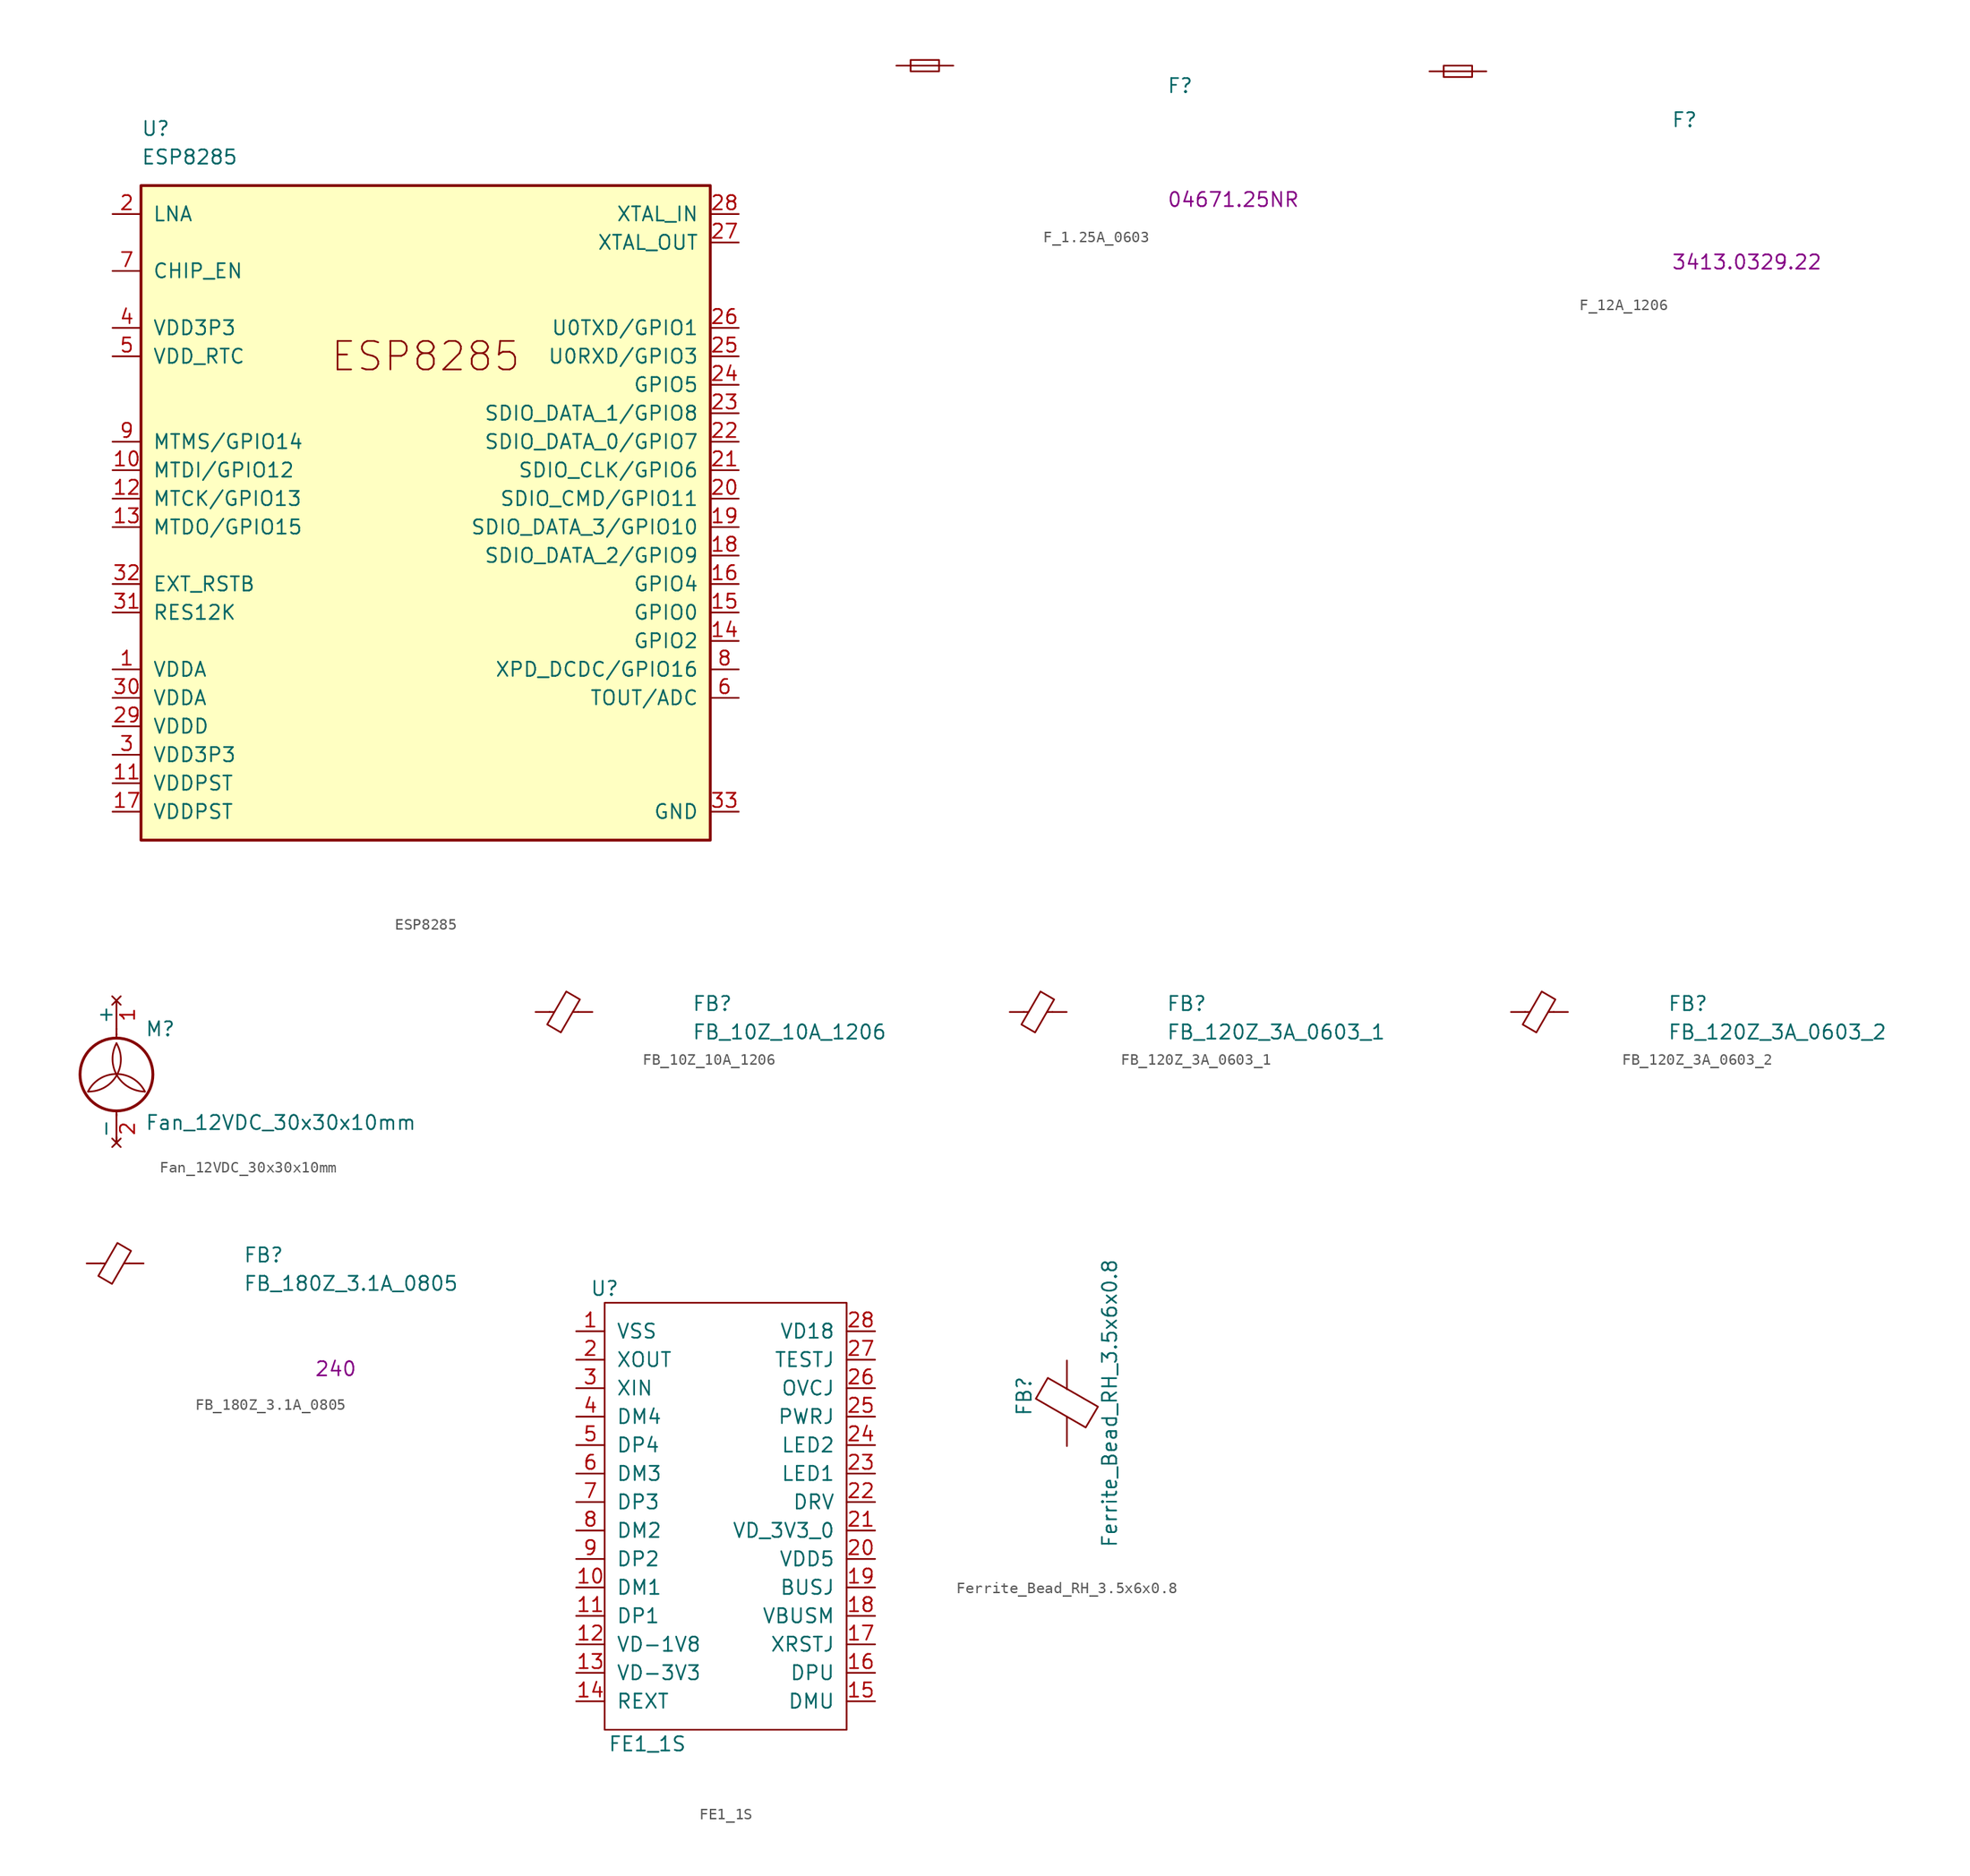
<source format=kicad_sym>
(kicad_symbol_lib
  (version 20231120)
  (generator "kicad_symbol_editor")
  (generator_version "8.0")
  (symbol "ESP8285"
    (pin_names
      (offset 1.016))
    (property "Reference" "U"
      (at -25.4 35.56 0)
      (effects (font (size 1.27 1.27)) (justify left)))
    (property "Value" "ESP8285"
      (at -25.4 33.02 0)
      (effects (font (size 1.27 1.27)) (justify left)))
    (symbol "ESP8285_1_1"
      (rectangle (start -25.4 30.48) (end 25.4 -27.94) (stroke (width 0.254) (type default)) (fill (type background)))
      (text "ESP8285" (at 0 15.24 0) (effects (font (size 2.54 2.54))))
      (pin bidirectional line (at -27.94 -12.7 0) (length 2.54) (name "VDDA" (effects (font (size 1.27 1.27)))) (number "1" (effects (font (size 1.27 1.27)))))
      (pin bidirectional line (at -27.94 5.08 0) (length 2.54) (name "MTDI/GPIO12" (effects (font (size 1.27 1.27)))) (number "10" (effects (font (size 1.27 1.27)))))
      (pin power_in line (at -27.94 -22.86 0) (length 2.54) (name "VDDPST" (effects (font (size 1.27 1.27)))) (number "11" (effects (font (size 1.27 1.27)))))
      (pin bidirectional line (at -27.94 2.54 0) (length 2.54) (name "MTCK/GPIO13" (effects (font (size 1.27 1.27)))) (number "12" (effects (font (size 1.27 1.27)))))
      (pin bidirectional line (at -27.94 0 0) (length 2.54) (name "MTDO/GPIO15" (effects (font (size 1.27 1.27)))) (number "13" (effects (font (size 1.27 1.27)))))
      (pin bidirectional line (at 27.94 -10.16 180) (length 2.54) (name "GPIO2" (effects (font (size 1.27 1.27)))) (number "14" (effects (font (size 1.27 1.27)))))
      (pin bidirectional line (at 27.94 -7.62 180) (length 2.54) (name "GPIO0" (effects (font (size 1.27 1.27)))) (number "15" (effects (font (size 1.27 1.27)))))
      (pin bidirectional line (at 27.94 -5.08 180) (length 2.54) (name "GPIO4" (effects (font (size 1.27 1.27)))) (number "16" (effects (font (size 1.27 1.27)))))
      (pin power_in line (at -27.94 -25.4 0) (length 2.54) (name "VDDPST" (effects (font (size 1.27 1.27)))) (number "17" (effects (font (size 1.27 1.27)))))
      (pin bidirectional line (at 27.94 -2.54 180) (length 2.54) (name "SDIO_DATA_2/GPIO9" (effects (font (size 1.27 1.27)))) (number "18" (effects (font (size 1.27 1.27)))))
      (pin bidirectional line (at 27.94 0 180) (length 2.54) (name "SDIO_DATA_3/GPIO10" (effects (font (size 1.27 1.27)))) (number "19" (effects (font (size 1.27 1.27)))))
      (pin power_in line (at -27.94 27.94 0) (length 2.54) (name "LNA" (effects (font (size 1.27 1.27)))) (number "2" (effects (font (size 1.27 1.27)))))
      (pin bidirectional line (at 27.94 2.54 180) (length 2.54) (name "SDIO_CMD/GPIO11" (effects (font (size 1.27 1.27)))) (number "20" (effects (font (size 1.27 1.27)))))
      (pin bidirectional line (at 27.94 5.08 180) (length 2.54) (name "SDIO_CLK/GPIO6" (effects (font (size 1.27 1.27)))) (number "21" (effects (font (size 1.27 1.27)))))
      (pin bidirectional line (at 27.94 7.62 180) (length 2.54) (name "SDIO_DATA_0/GPIO7" (effects (font (size 1.27 1.27)))) (number "22" (effects (font (size 1.27 1.27)))))
      (pin bidirectional line (at 27.94 10.16 180) (length 2.54) (name "SDIO_DATA_1/GPIO8" (effects (font (size 1.27 1.27)))) (number "23" (effects (font (size 1.27 1.27)))))
      (pin bidirectional line (at 27.94 12.7 180) (length 2.54) (name "GPIO5" (effects (font (size 1.27 1.27)))) (number "24" (effects (font (size 1.27 1.27)))))
      (pin bidirectional line (at 27.94 15.24 180) (length 2.54) (name "U0RXD/GPIO3" (effects (font (size 1.27 1.27)))) (number "25" (effects (font (size 1.27 1.27)))))
      (pin bidirectional line (at 27.94 17.78 180) (length 2.54) (name "U0TXD/GPIO1" (effects (font (size 1.27 1.27)))) (number "26" (effects (font (size 1.27 1.27)))))
      (pin bidirectional line (at 27.94 25.4 180) (length 2.54) (name "XTAL_OUT" (effects (font (size 1.27 1.27)))) (number "27" (effects (font (size 1.27 1.27)))))
      (pin bidirectional line (at 27.94 27.94 180) (length 2.54) (name "XTAL_IN" (effects (font (size 1.27 1.27)))) (number "28" (effects (font (size 1.27 1.27)))))
      (pin output line (at -27.94 -17.78 0) (length 2.54) (name "VDDD" (effects (font (size 1.27 1.27)))) (number "29" (effects (font (size 1.27 1.27)))))
      (pin power_out line (at -27.94 -20.32 0) (length 2.54) (name "VDD3P3" (effects (font (size 1.27 1.27)))) (number "3" (effects (font (size 1.27 1.27)))))
      (pin input line (at -27.94 -15.24 0) (length 2.54) (name "VDDA" (effects (font (size 1.27 1.27)))) (number "30" (effects (font (size 1.27 1.27)))))
      (pin power_in line (at -27.94 -7.62 0) (length 2.54) (name "RES12K" (effects (font (size 1.27 1.27)))) (number "31" (effects (font (size 1.27 1.27)))))
      (pin power_in line (at -27.94 -5.08 0) (length 2.54) (name "EXT_RSTB" (effects (font (size 1.27 1.27)))) (number "32" (effects (font (size 1.27 1.27)))))
      (pin power_in line (at 27.94 -25.4 180) (length 2.54) (name "GND" (effects (font (size 1.27 1.27)))) (number "33" (effects (font (size 1.27 1.27)))))
      (pin output line (at -27.94 17.78 0) (length 2.54) (name "VDD3P3" (effects (font (size 1.27 1.27)))) (number "4" (effects (font (size 1.27 1.27)))))
      (pin input line (at -27.94 15.24 0) (length 2.54) (name "VDD_RTC" (effects (font (size 1.27 1.27)))) (number "5" (effects (font (size 1.27 1.27)))))
      (pin input line (at 27.94 -15.24 180) (length 2.54) (name "TOUT/ADC" (effects (font (size 1.27 1.27)))) (number "6" (effects (font (size 1.27 1.27)))))
      (pin input line (at -27.94 22.86 0) (length 2.54) (name "CHIP_EN" (effects (font (size 1.27 1.27)))) (number "7" (effects (font (size 1.27 1.27)))))
      (pin bidirectional line (at 27.94 -12.7 180) (length 2.54) (name "XPD_DCDC/GPIO16" (effects (font (size 1.27 1.27)))) (number "8" (effects (font (size 1.27 1.27)))))
      (pin bidirectional line (at -27.94 7.62 0) (length 2.54) (name "MTMS/GPIO14" (effects (font (size 1.27 1.27)))) (number "9" (effects (font (size 1.27 1.27)))))))
  (symbol "F_1.25A_0603"
    (pin_numbers hide)
    (pin_names hide)
    (property "Reference" "F"
      (at 24.13 -2.54 0)
      (effects (font (size 1.27 1.27) (thickness 0.15)) (justify left bottom)))
    (property "MPN" "04671.25NR"
      (at 24.13 -12.7 0)
      (effects (font (size 1.27 1.27) (thickness 0.15)) (justify left bottom)))
    (symbol "F_1.25A_0603_0_1"
      (polyline (pts (xy 1.27 0) (xy 3.81 0)) (stroke (width 0) (type default)) (fill (type none)))
      (rectangle (start 1.27 0.508) (end 3.81 -0.508) (stroke (width 0) (type default)) (fill (type none))))
    (symbol "F_1.25A_0603_1_1"
      (pin passive line (at 0 0 0) (length 1.27) (name "~" (effects (font (size 1.27 1.27)))) (number "1" (effects (font (size 1.27 1.27)))))
      (pin passive line (at 5.08 0 180) (length 1.27) (name "~" (effects (font (size 1.27 1.27)))) (number "2" (effects (font (size 1.27 1.27)))))))
  (symbol "F_12A_1206"
    (pin_numbers hide)
    (pin_names hide)
    (property "Reference" "F"
      (at 21.59 -5.08 0)
      (effects (font (size 1.27 1.27) (thickness 0.15)) (justify left bottom)))
    (property "MPN" "3413.0329.22"
      (at 21.59 -17.78 0)
      (effects (font (size 1.27 1.27) (thickness 0.15)) (justify left bottom)))
    (symbol "F_12A_1206_0_1"
      (polyline (pts (xy 1.27 0) (xy 3.81 0)) (stroke (width 0) (type default)) (fill (type none)))
      (rectangle (start 1.27 0.508) (end 3.81 -0.508) (stroke (width 0) (type default)) (fill (type none))))
    (symbol "F_12A_1206_1_1"
      (pin passive line (at 0 0 0) (length 1.27) (name "~" (effects (font (size 1.27 1.27)))) (number "1" (effects (font (size 1.27 1.27)))))
      (pin passive line (at 5.08 0 180) (length 1.27) (name "~" (effects (font (size 1.27 1.27)))) (number "2" (effects (font (size 1.27 1.27)))))))
  (symbol "Fan_12VDC_30x30x10mm"
    (pin_names
      (offset 0))
    (property "Reference" "M"
      (at 2.54 5.08 0)
      (effects (font (size 1.27 1.27)) (justify left)))
    (property "Value" "Fan_12VDC_30x30x10mm"
      (at 2.54 -2.54 0)
      (effects (font (size 1.27 1.27)) (justify left top)))
    (symbol "Fan_12VDC_30x30x10mm_0_1"
      (arc (start -2.54 -0.508) (mid 0.0028 0.9121) (end 0 3.81) (stroke (width 0) (type solid)) (fill (type none)))
      (polyline (pts (xy 0 -5.08) (xy 0 -4.572)) (stroke (width 0) (type solid)) (fill (type none)))
      (polyline (pts (xy 0 -2.235) (xy 0 -2.642)) (stroke (width 0) (type solid)) (fill (type none)))
      (polyline (pts (xy 0 4.267) (xy 0 4.623)) (stroke (width 0) (type solid)) (fill (type none)))
      (polyline (pts (xy 0 4.572) (xy 0 5.08)) (stroke (width 0) (type solid)) (fill (type none)))
      (circle (center 0 1.016) (radius 3.251) (stroke (width 0.254) (type solid)) (fill (type none)))
      (arc (start 0 3.81) (mid 0.053 0.921) (end 2.54 -0.508) (stroke (width 0) (type solid)) (fill (type none)))
      (arc (start 2.54 -0.508) (mid 0 1.0618) (end -2.54 -0.508) (stroke (width 0) (type solid)) (fill (type none))))
    (symbol "Fan_12VDC_30x30x10mm_1_1"
      (pin no_connect line (at 0 7.62 270) (length 2.54) (name "+" (effects (font (size 1.27 1.27)))) (number "1" (effects (font (size 1.27 1.27)))))
      (pin no_connect line (at 0 -5.08 90) (length 2.54) (name "-" (effects (font (size 1.27 1.27)))) (number "2" (effects (font (size 1.27 1.27)))))))
  (symbol "FB_10Z_10A_1206"
    (pin_numbers hide)
    (pin_names hide)
    (property "Reference" "FB"
      (at 13.97 0 0)
      (effects (font (size 1.27 1.27) (thickness 0.15)) (justify left bottom)))
    (property "Value" "FB_10Z_10A_1206"
      (at 13.97 -2.54 0)
      (effects (font (size 1.27 1.27) (thickness 0.15)) (justify left bottom)))
    (symbol "FB_10Z_10A_1206_0_1"
      (polyline (pts (xy 1.651 0) (xy 1.245 0)) (stroke (width 0) (type default)) (fill (type none)))
      (polyline (pts (xy 3.81 0) (xy 3.327 0)) (stroke (width 0) (type default)) (fill (type none)))
      (polyline (pts (xy 2.261 -1.829) (xy 1.041 -1.118) (xy 2.743 1.829) (xy 3.962 1.118) (xy 2.261 -1.829)) (stroke (width 0) (type default)) (fill (type none))))
    (symbol "FB_10Z_10A_1206_1_1"
      (pin passive line (at 0 0 0) (length 1.27) (name "~" (effects (font (size 1.27 1.27)))) (number "1" (effects (font (size 1.27 1.27)))))
      (pin passive line (at 5.08 0 180) (length 1.27) (name "~" (effects (font (size 1.27 1.27)))) (number "2" (effects (font (size 1.27 1.27)))))))
  (symbol "FB_120Z_3A_0603_1"
    (pin_numbers hide)
    (pin_names hide)
    (property "Reference" "FB"
      (at 13.97 0 0)
      (effects (font (size 1.27 1.27) (thickness 0.15)) (justify left bottom)))
    (property "Value" "FB_120Z_3A_0603_1"
      (at 13.97 -2.54 0)
      (effects (font (size 1.27 1.27) (thickness 0.15)) (justify left bottom)))
    (symbol "FB_120Z_3A_0603_1_0_1"
      (polyline (pts (xy 1.651 0) (xy 1.245 0)) (stroke (width 0) (type default)) (fill (type none)))
      (polyline (pts (xy 3.81 0) (xy 3.327 0)) (stroke (width 0) (type default)) (fill (type none)))
      (polyline (pts (xy 2.261 -1.829) (xy 1.041 -1.118) (xy 2.743 1.829) (xy 3.962 1.118) (xy 2.261 -1.829)) (stroke (width 0) (type default)) (fill (type none))))
    (symbol "FB_120Z_3A_0603_1_1_1"
      (pin passive line (at 0 0 0) (length 1.27) (name "~" (effects (font (size 1.27 1.27)))) (number "1" (effects (font (size 1.27 1.27)))))
      (pin passive line (at 5.08 0 180) (length 1.27) (name "~" (effects (font (size 1.27 1.27)))) (number "2" (effects (font (size 1.27 1.27)))))))
  (symbol "FB_120Z_3A_0603_2"
    (pin_numbers hide)
    (pin_names hide)
    (property "Reference" "FB"
      (at 13.97 0 0)
      (effects (font (size 1.27 1.27) (thickness 0.15)) (justify left bottom)))
    (property "Value" "FB_120Z_3A_0603_2"
      (at 13.97 -2.54 0)
      (effects (font (size 1.27 1.27) (thickness 0.15)) (justify left bottom)))
    (symbol "FB_120Z_3A_0603_2_0_1"
      (polyline (pts (xy 1.651 0) (xy 1.245 0)) (stroke (width 0) (type default)) (fill (type none)))
      (polyline (pts (xy 3.81 0) (xy 3.327 0)) (stroke (width 0) (type default)) (fill (type none)))
      (polyline (pts (xy 2.261 -1.829) (xy 1.041 -1.118) (xy 2.743 1.829) (xy 3.962 1.118) (xy 2.261 -1.829)) (stroke (width 0) (type default)) (fill (type none))))
    (symbol "FB_120Z_3A_0603_2_1_1"
      (pin passive line (at 0 0 0) (length 1.27) (name "~" (effects (font (size 1.27 1.27)))) (number "1" (effects (font (size 1.27 1.27)))))
      (pin passive line (at 5.08 0 180) (length 1.27) (name "~" (effects (font (size 1.27 1.27)))) (number "2" (effects (font (size 1.27 1.27)))))))
  (symbol "FB_180Z_3.1A_0805"
    (pin_numbers hide)
    (pin_names hide)
    (property "Reference" "FB"
      (at 13.97 0 0)
      (effects (font (size 1.27 1.27) (thickness 0.15)) (justify left bottom)))
    (property "Value" "FB_180Z_3.1A_0805"
      (at 13.97 -2.54 0)
      (effects (font (size 1.27 1.27) (thickness 0.15)) (justify left bottom)))
    (property "Val" "240"
      (at 20.32 -10.16 0)
      (effects (font (size 1.27 1.27) (thickness 0.15)) (justify left bottom)))
    (symbol "FB_180Z_3.1A_0805_0_1"
      (polyline (pts (xy 1.651 0) (xy 1.245 0)) (stroke (width 0) (type default)) (fill (type none)))
      (polyline (pts (xy 3.81 0) (xy 3.327 0)) (stroke (width 0) (type default)) (fill (type none)))
      (polyline (pts (xy 2.261 -1.829) (xy 1.041 -1.118) (xy 2.743 1.829) (xy 3.962 1.118) (xy 2.261 -1.829)) (stroke (width 0) (type default)) (fill (type none))))
    (symbol "FB_180Z_3.1A_0805_1_1"
      (pin passive line (at 0 0 0) (length 1.27) (name "~" (effects (font (size 1.27 1.27)))) (number "1" (effects (font (size 1.27 1.27)))))
      (pin passive line (at 5.08 0 180) (length 1.27) (name "~" (effects (font (size 1.27 1.27)))) (number "2" (effects (font (size 1.27 1.27)))))))
  (symbol "FE1_1S"
    (pin_names
      (offset 1.016))
    (property "Reference" "U"
      (at -11.43 20.32 0)
      (effects (font (size 1.27 1.27))))
    (property "Value" "FE1_1S"
      (at -7.62 -20.32 0)
      (effects (font (size 1.27 1.27))))
    (symbol "FE1_1S_0_1"
      (rectangle (start -11.43 19.05) (end 10.16 -19.05) (stroke (width 0) (type solid)) (fill (type none))))
    (symbol "FE1_1S_1_1"
      (pin power_in line (at -13.97 16.51 0) (length 2.54) (name "VSS" (effects (font (size 1.27 1.27)))) (number "1" (effects (font (size 1.27 1.27)))))
      (pin passive line (at -13.97 -6.35 0) (length 2.54) (name "DM1" (effects (font (size 1.27 1.27)))) (number "10" (effects (font (size 1.27 1.27)))))
      (pin passive line (at -13.97 -8.89 0) (length 2.54) (name "DP1" (effects (font (size 1.27 1.27)))) (number "11" (effects (font (size 1.27 1.27)))))
      (pin power_in line (at -13.97 -11.43 0) (length 2.54) (name "VD-1V8" (effects (font (size 1.27 1.27)))) (number "12" (effects (font (size 1.27 1.27)))))
      (pin power_in line (at -13.97 -13.97 0) (length 2.54) (name "VD-3V3" (effects (font (size 1.27 1.27)))) (number "13" (effects (font (size 1.27 1.27)))))
      (pin passive line (at -13.97 -16.51 0) (length 2.54) (name "REXT" (effects (font (size 1.27 1.27)))) (number "14" (effects (font (size 1.27 1.27)))))
      (pin passive line (at 12.7 -16.51 180) (length 2.54) (name "DMU" (effects (font (size 1.27 1.27)))) (number "15" (effects (font (size 1.27 1.27)))))
      (pin passive line (at 12.7 -13.97 180) (length 2.54) (name "DPU" (effects (font (size 1.27 1.27)))) (number "16" (effects (font (size 1.27 1.27)))))
      (pin passive line (at 12.7 -11.43 180) (length 2.54) (name "XRSTJ" (effects (font (size 1.27 1.27)))) (number "17" (effects (font (size 1.27 1.27)))))
      (pin passive line (at 12.7 -8.89 180) (length 2.54) (name "VBUSM" (effects (font (size 1.27 1.27)))) (number "18" (effects (font (size 1.27 1.27)))))
      (pin passive line (at 12.7 -6.35 180) (length 2.54) (name "BUSJ" (effects (font (size 1.27 1.27)))) (number "19" (effects (font (size 1.27 1.27)))))
      (pin passive line (at -13.97 13.97 0) (length 2.54) (name "XOUT" (effects (font (size 1.27 1.27)))) (number "2" (effects (font (size 1.27 1.27)))))
      (pin power_in line (at 12.7 -3.81 180) (length 2.54) (name "VDD5" (effects (font (size 1.27 1.27)))) (number "20" (effects (font (size 1.27 1.27)))))
      (pin power_in line (at 12.7 -1.27 180) (length 2.54) (name "VD_3V3_0" (effects (font (size 1.27 1.27)))) (number "21" (effects (font (size 1.27 1.27)))))
      (pin passive line (at 12.7 1.27 180) (length 2.54) (name "DRV" (effects (font (size 1.27 1.27)))) (number "22" (effects (font (size 1.27 1.27)))))
      (pin passive line (at 12.7 3.81 180) (length 2.54) (name "LED1" (effects (font (size 1.27 1.27)))) (number "23" (effects (font (size 1.27 1.27)))))
      (pin passive line (at 12.7 6.35 180) (length 2.54) (name "LED2" (effects (font (size 1.27 1.27)))) (number "24" (effects (font (size 1.27 1.27)))))
      (pin passive line (at 12.7 8.89 180) (length 2.54) (name "PWRJ" (effects (font (size 1.27 1.27)))) (number "25" (effects (font (size 1.27 1.27)))))
      (pin passive line (at 12.7 11.43 180) (length 2.54) (name "OVCJ" (effects (font (size 1.27 1.27)))) (number "26" (effects (font (size 1.27 1.27)))))
      (pin passive line (at 12.7 13.97 180) (length 2.54) (name "TESTJ" (effects (font (size 1.27 1.27)))) (number "27" (effects (font (size 1.27 1.27)))))
      (pin power_in line (at 12.7 16.51 180) (length 2.54) (name "VD18" (effects (font (size 1.27 1.27)))) (number "28" (effects (font (size 1.27 1.27)))))
      (pin passive line (at -13.97 11.43 0) (length 2.54) (name "XIN" (effects (font (size 1.27 1.27)))) (number "3" (effects (font (size 1.27 1.27)))))
      (pin passive line (at -13.97 8.89 0) (length 2.54) (name "DM4" (effects (font (size 1.27 1.27)))) (number "4" (effects (font (size 1.27 1.27)))))
      (pin passive line (at -13.97 6.35 0) (length 2.54) (name "DP4" (effects (font (size 1.27 1.27)))) (number "5" (effects (font (size 1.27 1.27)))))
      (pin passive line (at -13.97 3.81 0) (length 2.54) (name "DM3" (effects (font (size 1.27 1.27)))) (number "6" (effects (font (size 1.27 1.27)))))
      (pin passive line (at -13.97 1.27 0) (length 2.54) (name "DP3" (effects (font (size 1.27 1.27)))) (number "7" (effects (font (size 1.27 1.27)))))
      (pin passive line (at -13.97 -1.27 0) (length 2.54) (name "DM2" (effects (font (size 1.27 1.27)))) (number "8" (effects (font (size 1.27 1.27)))))
      (pin passive line (at -13.97 -3.81 0) (length 2.54) (name "DP2" (effects (font (size 1.27 1.27)))) (number "9" (effects (font (size 1.27 1.27)))))))
  (symbol "Ferrite_Bead_RH_3.5x6x0.8"
    (pin_numbers hide)
    (pin_names
      (offset 0))
    (property "Reference" "FB"
      (at -3.81 0.635 90)
      (effects (font (size 1.27 1.27))))
    (property "Value" "Ferrite_Bead_RH_3.5x6x0.8"
      (at 3.81 0 90)
      (effects (font (size 1.27 1.27))))
    (symbol "Ferrite_Bead_RH_3.5x6x0.8_0_1"
      (polyline (pts (xy 0 -1.27) (xy 0 -1.219)) (stroke (width 0) (type solid)) (fill (type none)))
      (polyline (pts (xy 0 1.27) (xy 0 1.295)) (stroke (width 0) (type solid)) (fill (type none)))
      (polyline (pts (xy -2.769 0.406) (xy -1.702 2.261) (xy 2.769 -0.305) (xy 1.676 -2.159) (xy -2.769 0.406)) (stroke (width 0) (type solid)) (fill (type none))))
    (symbol "Ferrite_Bead_RH_3.5x6x0.8_1_1"
      (pin passive line (at 0 3.81 270) (length 2.54) (name "~" (effects (font (size 1.27 1.27)))) (number "1" (effects (font (size 1.27 1.27)))))
      (pin passive line (at 0 -3.81 90) (length 2.54) (name "~" (effects (font (size 1.27 1.27)))) (number "2" (effects (font (size 1.27 1.27))))))))
</source>
